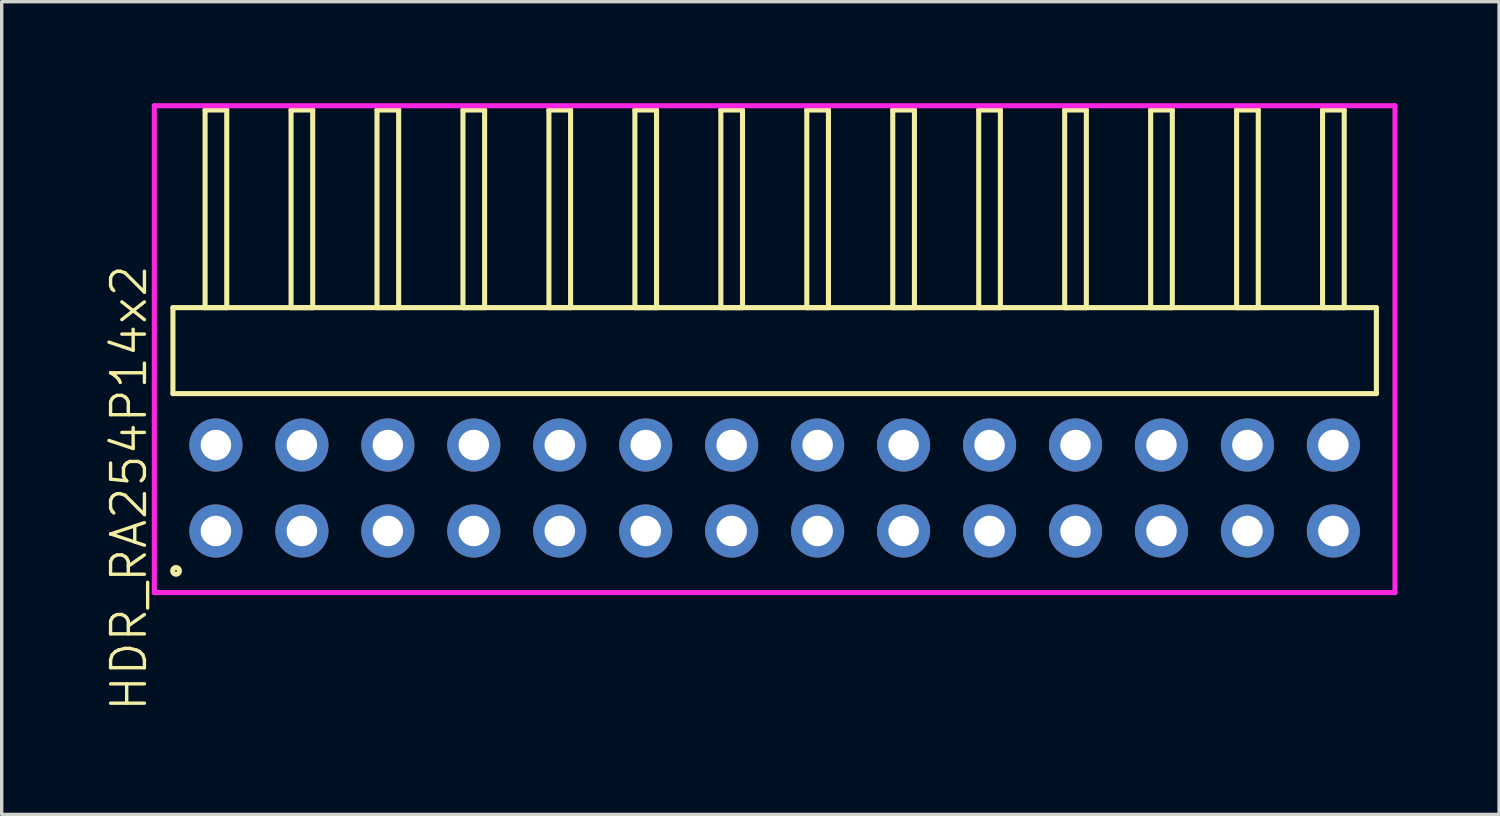
<source format=kicad_pcb>
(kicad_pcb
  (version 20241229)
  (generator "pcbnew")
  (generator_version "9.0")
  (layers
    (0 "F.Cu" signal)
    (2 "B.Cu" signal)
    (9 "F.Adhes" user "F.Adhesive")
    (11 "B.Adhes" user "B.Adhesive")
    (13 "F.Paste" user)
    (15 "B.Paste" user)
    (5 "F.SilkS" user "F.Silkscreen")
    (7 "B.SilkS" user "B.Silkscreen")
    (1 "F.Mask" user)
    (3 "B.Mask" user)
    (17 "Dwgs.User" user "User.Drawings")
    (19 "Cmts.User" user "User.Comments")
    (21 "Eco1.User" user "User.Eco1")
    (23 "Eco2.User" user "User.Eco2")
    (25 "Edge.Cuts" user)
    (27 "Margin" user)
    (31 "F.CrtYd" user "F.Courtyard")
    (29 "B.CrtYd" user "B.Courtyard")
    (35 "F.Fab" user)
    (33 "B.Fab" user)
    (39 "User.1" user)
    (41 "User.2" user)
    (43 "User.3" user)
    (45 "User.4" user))
  (footprint "HDR_RA254P14x2"
    (layer "F.Cu")
    (at 19.84 11.37)
    (property "Reference" "HDR_RA254P14x2" (at -19.08 0 90) (layer "F.SilkS") (effects (font (size 1 1) (thickness 0.1))))
    (attr through_hole)
    (fp_line (start -17.78 -5.33) (end -17.78 -2.79) (stroke (width 0.15) (type solid)) (layer "F.SilkS"))
    (fp_line (start -17.78 -2.79) (end 17.78 -2.79) (stroke (width 0.15) (type solid)) (layer "F.SilkS"))
    (fp_line (start -16.83 -11.17) (end -16.83 -5.33) (stroke (width 0.15) (type solid)) (layer "F.SilkS"))
    (fp_line (start -16.83 -5.33) (end -16.19 -5.33) (stroke (width 0.15) (type solid)) (layer "F.SilkS"))
    (fp_line (start -16.19 -11.17) (end -16.83 -11.17) (stroke (width 0.15) (type solid)) (layer "F.SilkS"))
    (fp_line (start -16.19 -5.33) (end -16.19 -11.17) (stroke (width 0.15) (type solid)) (layer "F.SilkS"))
    (fp_line (start -14.29 -11.17) (end -14.29 -5.33) (stroke (width 0.15) (type solid)) (layer "F.SilkS"))
    (fp_line (start -14.29 -5.33) (end -13.65 -5.33) (stroke (width 0.15) (type solid)) (layer "F.SilkS"))
    (fp_line (start -13.65 -11.17) (end -14.29 -11.17) (stroke (width 0.15) (type solid)) (layer "F.SilkS"))
    (fp_line (start -13.65 -5.33) (end -13.65 -11.17) (stroke (width 0.15) (type solid)) (layer "F.SilkS"))
    (fp_line (start -11.75 -11.17) (end -11.75 -5.33) (stroke (width 0.15) (type solid)) (layer "F.SilkS"))
    (fp_line (start -11.75 -5.33) (end -11.11 -5.33) (stroke (width 0.15) (type solid)) (layer "F.SilkS"))
    (fp_line (start -11.11 -11.17) (end -11.75 -11.17) (stroke (width 0.15) (type solid)) (layer "F.SilkS"))
    (fp_line (start -11.11 -5.33) (end -11.11 -11.17) (stroke (width 0.15) (type solid)) (layer "F.SilkS"))
    (fp_line (start -9.21 -11.17) (end -9.21 -5.33) (stroke (width 0.15) (type solid)) (layer "F.SilkS"))
    (fp_line (start -9.21 -5.33) (end -8.57 -5.33) (stroke (width 0.15) (type solid)) (layer "F.SilkS"))
    (fp_line (start -8.57 -11.17) (end -9.21 -11.17) (stroke (width 0.15) (type solid)) (layer "F.SilkS"))
    (fp_line (start -8.57 -5.33) (end -8.57 -11.17) (stroke (width 0.15) (type solid)) (layer "F.SilkS"))
    (fp_line (start -6.67 -11.17) (end -6.67 -5.33) (stroke (width 0.15) (type solid)) (layer "F.SilkS"))
    (fp_line (start -6.67 -5.33) (end -6.03 -5.33) (stroke (width 0.15) (type solid)) (layer "F.SilkS"))
    (fp_line (start -6.03 -11.17) (end -6.67 -11.17) (stroke (width 0.15) (type solid)) (layer "F.SilkS"))
    (fp_line (start -6.03 -5.33) (end -6.03 -11.17) (stroke (width 0.15) (type solid)) (layer "F.SilkS"))
    (fp_line (start -4.13 -11.17) (end -4.13 -5.33) (stroke (width 0.15) (type solid)) (layer "F.SilkS"))
    (fp_line (start -4.13 -5.33) (end -3.49 -5.33) (stroke (width 0.15) (type solid)) (layer "F.SilkS"))
    (fp_line (start -3.49 -11.17) (end -4.13 -11.17) (stroke (width 0.15) (type solid)) (layer "F.SilkS"))
    (fp_line (start -3.49 -5.33) (end -3.49 -11.17) (stroke (width 0.15) (type solid)) (layer "F.SilkS"))
    (fp_line (start -1.59 -11.17) (end -1.59 -5.33) (stroke (width 0.15) (type solid)) (layer "F.SilkS"))
    (fp_line (start -1.59 -5.33) (end -0.95 -5.33) (stroke (width 0.15) (type solid)) (layer "F.SilkS"))
    (fp_line (start -0.95 -11.17) (end -1.59 -11.17) (stroke (width 0.15) (type solid)) (layer "F.SilkS"))
    (fp_line (start -0.95 -5.33) (end -0.95 -11.17) (stroke (width 0.15) (type solid)) (layer "F.SilkS"))
    (fp_line (start 0.95 -11.17) (end 0.95 -5.33) (stroke (width 0.15) (type solid)) (layer "F.SilkS"))
    (fp_line (start 0.95 -5.33) (end 1.59 -5.33) (stroke (width 0.15) (type solid)) (layer "F.SilkS"))
    (fp_line (start 1.59 -11.17) (end 0.95 -11.17) (stroke (width 0.15) (type solid)) (layer "F.SilkS"))
    (fp_line (start 1.59 -5.33) (end 1.59 -11.17) (stroke (width 0.15) (type solid)) (layer "F.SilkS"))
    (fp_line (start 3.49 -11.17) (end 3.49 -5.33) (stroke (width 0.15) (type solid)) (layer "F.SilkS"))
    (fp_line (start 3.49 -5.33) (end 4.13 -5.33) (stroke (width 0.15) (type solid)) (layer "F.SilkS"))
    (fp_line (start 4.13 -11.17) (end 3.49 -11.17) (stroke (width 0.15) (type solid)) (layer "F.SilkS"))
    (fp_line (start 4.13 -5.33) (end 4.13 -11.17) (stroke (width 0.15) (type solid)) (layer "F.SilkS"))
    (fp_line (start 6.03 -11.17) (end 6.03 -5.33) (stroke (width 0.15) (type solid)) (layer "F.SilkS"))
    (fp_line (start 6.03 -5.33) (end 6.67 -5.33) (stroke (width 0.15) (type solid)) (layer "F.SilkS"))
    (fp_line (start 6.67 -11.17) (end 6.03 -11.17) (stroke (width 0.15) (type solid)) (layer "F.SilkS"))
    (fp_line (start 6.67 -5.33) (end 6.67 -11.17) (stroke (width 0.15) (type solid)) (layer "F.SilkS"))
    (fp_line (start 8.57 -11.17) (end 8.57 -5.33) (stroke (width 0.15) (type solid)) (layer "F.SilkS"))
    (fp_line (start 8.57 -5.33) (end 9.21 -5.33) (stroke (width 0.15) (type solid)) (layer "F.SilkS"))
    (fp_line (start 9.21 -11.17) (end 8.57 -11.17) (stroke (width 0.15) (type solid)) (layer "F.SilkS"))
    (fp_line (start 9.21 -5.33) (end 9.21 -11.17) (stroke (width 0.15) (type solid)) (layer "F.SilkS"))
    (fp_line (start 11.11 -11.17) (end 11.11 -5.33) (stroke (width 0.15) (type solid)) (layer "F.SilkS"))
    (fp_line (start 11.11 -5.33) (end 11.75 -5.33) (stroke (width 0.15) (type solid)) (layer "F.SilkS"))
    (fp_line (start 11.75 -11.17) (end 11.11 -11.17) (stroke (width 0.15) (type solid)) (layer "F.SilkS"))
    (fp_line (start 11.75 -5.33) (end 11.75 -11.17) (stroke (width 0.15) (type solid)) (layer "F.SilkS"))
    (fp_line (start 13.65 -11.17) (end 13.65 -5.33) (stroke (width 0.15) (type solid)) (layer "F.SilkS"))
    (fp_line (start 13.65 -5.33) (end 14.29 -5.33) (stroke (width 0.15) (type solid)) (layer "F.SilkS"))
    (fp_line (start 14.29 -11.17) (end 13.65 -11.17) (stroke (width 0.15) (type solid)) (layer "F.SilkS"))
    (fp_line (start 14.29 -5.33) (end 14.29 -11.17) (stroke (width 0.15) (type solid)) (layer "F.SilkS"))
    (fp_line (start 16.19 -11.17) (end 16.19 -5.33) (stroke (width 0.15) (type solid)) (layer "F.SilkS"))
    (fp_line (start 16.19 -5.33) (end 16.83 -5.33) (stroke (width 0.15) (type solid)) (layer "F.SilkS"))
    (fp_line (start 16.83 -11.17) (end 16.19 -11.17) (stroke (width 0.15) (type solid)) (layer "F.SilkS"))
    (fp_line (start 16.83 -5.33) (end 16.83 -11.17) (stroke (width 0.15) (type solid)) (layer "F.SilkS"))
    (fp_line (start 17.78 -5.33) (end -17.78 -5.33) (stroke (width 0.15) (type solid)) (layer "F.SilkS"))
    (fp_line (start 17.78 -2.79) (end 17.78 -5.33) (stroke (width 0.15) (type solid)) (layer "F.SilkS"))
    (fp_circle (center -17.688 2.448) (end -17.587 2.448) (stroke (width 0.15) (type solid)) (fill no) (layer "F.SilkS"))
    (fp_line (start -18.33 -11.295) (end -18.33 3.09) (stroke (width 0.15) (type solid)) (layer "F.CrtYd"))
    (fp_line (start -18.33 3.09) (end 18.33 3.09) (stroke (width 0.15) (type solid)) (layer "F.CrtYd"))
    (fp_line (start 18.33 -11.295) (end -18.33 -11.295) (stroke (width 0.15) (type solid)) (layer "F.CrtYd"))
    (fp_line (start 18.33 3.09) (end 18.33 -11.295) (stroke (width 0.15) (type solid)) (layer "F.CrtYd"))
    (pad "1" thru_hole oval (at -16.51 1.27) (size 1.57 1.57) (drill 0.9) (layers "*.Cu" "*.Mask"))
    (pad "2" thru_hole oval (at -16.51 -1.27) (size 1.57 1.57) (drill 0.9) (layers "*.Cu" "*.Mask"))
    (pad "3" thru_hole oval (at -13.97 1.27) (size 1.57 1.57) (drill 0.9) (layers "*.Cu" "*.Mask"))
    (pad "4" thru_hole oval (at -13.97 -1.27) (size 1.57 1.57) (drill 0.9) (layers "*.Cu" "*.Mask"))
    (pad "5" thru_hole oval (at -11.43 1.27) (size 1.57 1.57) (drill 0.9) (layers "*.Cu" "*.Mask"))
    (pad "6" thru_hole oval (at -11.43 -1.27) (size 1.57 1.57) (drill 0.9) (layers "*.Cu" "*.Mask"))
    (pad "7" thru_hole oval (at -8.89 1.27) (size 1.57 1.57) (drill 0.9) (layers "*.Cu" "*.Mask"))
    (pad "8" thru_hole oval (at -8.89 -1.27) (size 1.57 1.57) (drill 0.9) (layers "*.Cu" "*.Mask"))
    (pad "9" thru_hole oval (at -6.35 1.27) (size 1.57 1.57) (drill 0.9) (layers "*.Cu" "*.Mask"))
    (pad "10" thru_hole oval (at -6.35 -1.27) (size 1.57 1.57) (drill 0.9) (layers "*.Cu" "*.Mask"))
    (pad "11" thru_hole oval (at -3.81 1.27) (size 1.57 1.57) (drill 0.9) (layers "*.Cu" "*.Mask"))
    (pad "12" thru_hole oval (at -3.81 -1.27) (size 1.57 1.57) (drill 0.9) (layers "*.Cu" "*.Mask"))
    (pad "13" thru_hole oval (at -1.27 1.27) (size 1.57 1.57) (drill 0.9) (layers "*.Cu" "*.Mask"))
    (pad "14" thru_hole oval (at -1.27 -1.27) (size 1.57 1.57) (drill 0.9) (layers "*.Cu" "*.Mask"))
    (pad "15" thru_hole oval (at 1.27 1.27) (size 1.57 1.57) (drill 0.9) (layers "*.Cu" "*.Mask"))
    (pad "16" thru_hole oval (at 1.27 -1.27) (size 1.57 1.57) (drill 0.9) (layers "*.Cu" "*.Mask"))
    (pad "17" thru_hole oval (at 3.81 1.27) (size 1.57 1.57) (drill 0.9) (layers "*.Cu" "*.Mask"))
    (pad "18" thru_hole oval (at 3.81 -1.27) (size 1.57 1.57) (drill 0.9) (layers "*.Cu" "*.Mask"))
    (pad "19" thru_hole oval (at 6.35 1.27) (size 1.57 1.57) (drill 0.9) (layers "*.Cu" "*.Mask"))
    (pad "20" thru_hole oval (at 6.35 -1.27) (size 1.57 1.57) (drill 0.9) (layers "*.Cu" "*.Mask"))
    (pad "21" thru_hole oval (at 8.89 1.27) (size 1.57 1.57) (drill 0.9) (layers "*.Cu" "*.Mask"))
    (pad "22" thru_hole oval (at 8.89 -1.27) (size 1.57 1.57) (drill 0.9) (layers "*.Cu" "*.Mask"))
    (pad "23" thru_hole oval (at 11.43 1.27) (size 1.57 1.57) (drill 0.9) (layers "*.Cu" "*.Mask"))
    (pad "24" thru_hole oval (at 11.43 -1.27) (size 1.57 1.57) (drill 0.9) (layers "*.Cu" "*.Mask"))
    (pad "25" thru_hole oval (at 13.97 1.27) (size 1.57 1.57) (drill 0.9) (layers "*.Cu" "*.Mask"))
    (pad "26" thru_hole oval (at 13.97 -1.27) (size 1.57 1.57) (drill 0.9) (layers "*.Cu" "*.Mask"))
    (pad "27" thru_hole oval (at 16.51 1.27) (size 1.57 1.57) (drill 0.9) (layers "*.Cu" "*.Mask"))
    (pad "28" thru_hole oval (at 16.51 -1.27) (size 1.57 1.57) (drill 0.9) (layers "*.Cu" "*.Mask")))
  (gr_rect
    (start -3 -3)
    (end 41.245 21.015)
    (stroke (width 0.1) (type default))
    (fill no)
    (layer "Edge.Cuts")))
</source>
